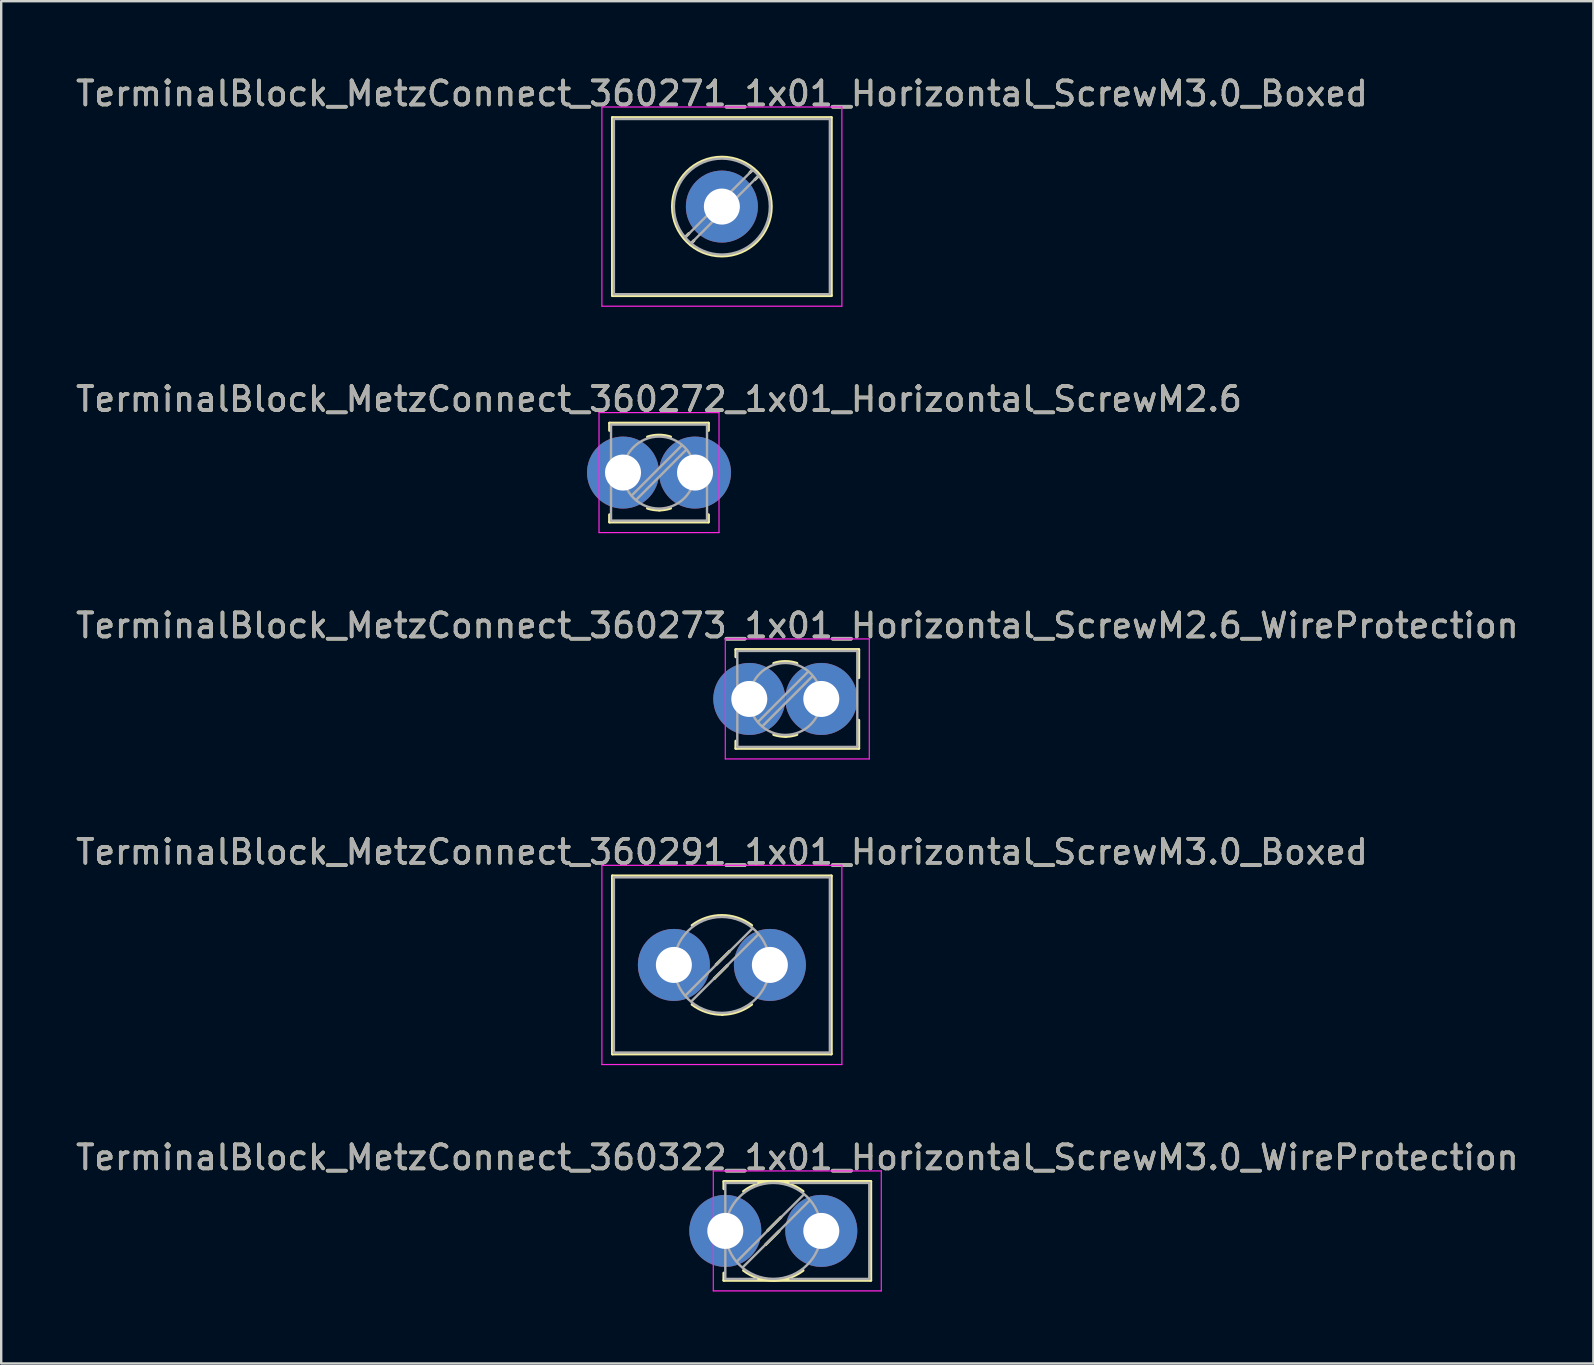
<source format=kicad_pcb>
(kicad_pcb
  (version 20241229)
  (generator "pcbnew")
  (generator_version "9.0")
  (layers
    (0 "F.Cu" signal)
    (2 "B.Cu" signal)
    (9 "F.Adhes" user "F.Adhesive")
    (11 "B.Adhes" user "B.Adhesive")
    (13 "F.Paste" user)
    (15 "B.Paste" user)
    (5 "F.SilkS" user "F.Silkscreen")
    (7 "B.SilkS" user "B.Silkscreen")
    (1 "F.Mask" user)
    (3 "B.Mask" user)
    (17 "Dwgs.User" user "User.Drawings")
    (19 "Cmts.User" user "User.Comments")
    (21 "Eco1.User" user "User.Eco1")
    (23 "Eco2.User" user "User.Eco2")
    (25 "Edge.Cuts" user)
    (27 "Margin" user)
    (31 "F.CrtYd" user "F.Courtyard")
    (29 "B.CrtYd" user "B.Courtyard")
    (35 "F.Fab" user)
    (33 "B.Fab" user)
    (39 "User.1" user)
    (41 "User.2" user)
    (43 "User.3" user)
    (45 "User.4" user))
  (footprint "TerminalBlock_MetzConnect_360272_1x01_Horizontal_ScrewM2.6"
    (layer "F.Cu")
    (at 22.911 16.642)
    (property "Reference" "TerminalBlock_MetzConnect_360272_1x01_Horizontal_ScrewM2.6" (at 1.5 -3.06 0) (layer "F.SilkS") (effects (font (size 1 1) (thickness 0.15))))
    (attr through_hole)
    (fp_line (start -0.56 -2.06) (end -0.56 -1.755) (stroke (width 0.12) (type solid)) (layer "F.SilkS"))
    (fp_line (start -0.56 -2.06) (end 3.56 -2.06) (stroke (width 0.12) (type solid)) (layer "F.SilkS"))
    (fp_line (start -0.56 1.755) (end -0.56 2.06) (stroke (width 0.12) (type solid)) (layer "F.SilkS"))
    (fp_line (start -0.56 2.06) (end 3.56 2.06) (stroke (width 0.12) (type solid)) (layer "F.SilkS"))
    (fp_line (start 3.56 -2.06) (end 3.56 -1.755) (stroke (width 0.12) (type solid)) (layer "F.SilkS"))
    (fp_line (start 3.56 1.755) (end 3.56 2.06) (stroke (width 0.12) (type solid)) (layer "F.SilkS"))
    (fp_arc (start 1.018482 -1.484481) (mid 1.500779 -1.560623) (end 1.983 -1.484) (stroke (width 0.12) (type solid)) (layer "F.SilkS"))
    (fp_arc (start 1.526458 1.560399) (mid 1.268555 1.543366) (end 1.017 1.484) (stroke (width 0.12) (type solid)) (layer "F.SilkS"))
    (fp_arc (start 1.982067 1.483648) (mid 1.744038 1.540794) (end 1.5 1.56) (stroke (width 0.12) (type solid)) (layer "F.SilkS"))
    (fp_line (start -1 -2.5) (end -1 2.5) (stroke (width 0.05) (type solid)) (layer "F.CrtYd"))
    (fp_line (start -1 2.5) (end 4 2.5) (stroke (width 0.05) (type solid)) (layer "F.CrtYd"))
    (fp_line (start 4 -2.5) (end -1 -2.5) (stroke (width 0.05) (type solid)) (layer "F.CrtYd"))
    (fp_line (start 4 2.5) (end 4 -2.5) (stroke (width 0.05) (type solid)) (layer "F.CrtYd"))
    (fp_line (start -0.5 -2) (end -0.5 2) (stroke (width 0.1) (type solid)) (layer "F.Fab"))
    (fp_line (start -0.5 -2) (end 3.5 -2) (stroke (width 0.1) (type solid)) (layer "F.Fab"))
    (fp_line (start -0.5 2) (end 3.5 2) (stroke (width 0.1) (type solid)) (layer "F.Fab"))
    (fp_line (start 2.455 -1.138) (end 0.362 0.955) (stroke (width 0.1) (type solid)) (layer "F.Fab"))
    (fp_line (start 2.638 -0.955) (end 0.545 1.138) (stroke (width 0.1) (type solid)) (layer "F.Fab"))
    (fp_line (start 3.5 -2) (end 3.5 2) (stroke (width 0.1) (type solid)) (layer "F.Fab"))
    (fp_circle (center 1.5 0) (end 3 0) (stroke (width 0.1) (type solid)) (fill no) (layer "F.Fab"))
    (fp_text user "${REFERENCE}" (at 1.5 -3.06 0) (layer "F.Fab") (effects (font (size 1 1) (thickness 0.15))))
    (pad "1" thru_hole circle (at 0 0) (size 3 3) (drill 1.5) (layers "*.Cu" "*.Mask"))
    (pad "1" thru_hole circle (at 3 0) (size 3 3) (drill 1.5) (layers "*.Cu" "*.Mask")))
  (footprint "TerminalBlock_MetzConnect_360273_1x01_Horizontal_ScrewM2.6_WireProtection"
    (layer "F.Cu")
    (at 28.173 26.075)
    (property "Reference" "TerminalBlock_MetzConnect_360273_1x01_Horizontal_ScrewM2.6_WireProtection" (at 2 -3.06 0) (layer "F.SilkS") (effects (font (size 1 1) (thickness 0.15))))
    (attr through_hole)
    (fp_line (start -0.56 -2.06) (end -0.56 -1.755) (stroke (width 0.12) (type solid)) (layer "F.SilkS"))
    (fp_line (start -0.56 -2.06) (end 4.56 -2.06) (stroke (width 0.12) (type solid)) (layer "F.SilkS"))
    (fp_line (start -0.56 1.755) (end -0.56 2.06) (stroke (width 0.12) (type solid)) (layer "F.SilkS"))
    (fp_line (start -0.56 2.06) (end 4.56 2.06) (stroke (width 0.12) (type solid)) (layer "F.SilkS"))
    (fp_line (start 4.56 -2.06) (end 4.56 -0.885) (stroke (width 0.12) (type solid)) (layer "F.SilkS"))
    (fp_line (start 4.56 0.885) (end 4.56 2.06) (stroke (width 0.12) (type solid)) (layer "F.SilkS"))
    (fp_arc (start 1.018482 -1.484481) (mid 1.500779 -1.560623) (end 1.983 -1.484) (stroke (width 0.12) (type solid)) (layer "F.SilkS"))
    (fp_arc (start 1.526458 1.560399) (mid 1.268555 1.543366) (end 1.017 1.484) (stroke (width 0.12) (type solid)) (layer "F.SilkS"))
    (fp_arc (start 1.982067 1.483648) (mid 1.744038 1.540794) (end 1.5 1.56) (stroke (width 0.12) (type solid)) (layer "F.SilkS"))
    (fp_line (start -1 -2.5) (end -1 2.5) (stroke (width 0.05) (type solid)) (layer "F.CrtYd"))
    (fp_line (start -1 2.5) (end 5 2.5) (stroke (width 0.05) (type solid)) (layer "F.CrtYd"))
    (fp_line (start 5 -2.5) (end -1 -2.5) (stroke (width 0.05) (type solid)) (layer "F.CrtYd"))
    (fp_line (start 5 2.5) (end 5 -2.5) (stroke (width 0.05) (type solid)) (layer "F.CrtYd"))
    (fp_line (start -0.5 -2) (end -0.5 2) (stroke (width 0.1) (type solid)) (layer "F.Fab"))
    (fp_line (start -0.5 -2) (end 4.5 -2) (stroke (width 0.1) (type solid)) (layer "F.Fab"))
    (fp_line (start -0.5 2) (end 4.5 2) (stroke (width 0.1) (type solid)) (layer "F.Fab"))
    (fp_line (start 2.455 -1.138) (end 0.362 0.955) (stroke (width 0.1) (type solid)) (layer "F.Fab"))
    (fp_line (start 2.638 -0.955) (end 0.545 1.138) (stroke (width 0.1) (type solid)) (layer "F.Fab"))
    (fp_line (start 4.5 -2) (end 4.5 2) (stroke (width 0.1) (type solid)) (layer "F.Fab"))
    (fp_circle (center 1.5 0) (end 3 0) (stroke (width 0.1) (type solid)) (fill no) (layer "F.Fab"))
    (fp_text user "${REFERENCE}" (at 2 -3.06 0) (layer "F.Fab") (effects (font (size 1 1) (thickness 0.15))))
    (pad "1" thru_hole circle (at 0 0) (size 3 3) (drill 1.5) (layers "*.Cu" "*.Mask"))
    (pad "1" thru_hole circle (at 3 0) (size 3 3) (drill 1.5) (layers "*.Cu" "*.Mask")))
  (footprint "TerminalBlock_MetzConnect_360291_1x01_Horizontal_ScrewM3.0_Boxed"
    (layer "F.Cu")
    (at 25.03 37.158)
    (property "Reference" "TerminalBlock_MetzConnect_360291_1x01_Horizontal_ScrewM3.0_Boxed" (at 2 -4.71 0) (layer "F.SilkS") (effects (font (size 1 1) (thickness 0.15))))
    (attr through_hole)
    (fp_line (start -2.56 -3.71) (end -2.56 3.71) (stroke (width 0.12) (type solid)) (layer "F.SilkS"))
    (fp_line (start -2.56 -3.71) (end 6.56 -3.71) (stroke (width 0.12) (type solid)) (layer "F.SilkS"))
    (fp_line (start -2.56 3.71) (end 6.56 3.71) (stroke (width 0.12) (type solid)) (layer "F.SilkS"))
    (fp_line (start 1.68 0.571) (end 1.68 0.571) (stroke (width 0.12) (type solid)) (layer "F.SilkS"))
    (fp_line (start 2.241 0.011) (end 1.708 0.543) (stroke (width 0.12) (type solid)) (layer "F.SilkS"))
    (fp_line (start 2.291 -0.543) (end 1.759 -0.011) (stroke (width 0.12) (type solid)) (layer "F.SilkS"))
    (fp_line (start 2.32 -0.572) (end 2.32 -0.572) (stroke (width 0.12) (type solid)) (layer "F.SilkS"))
    (fp_line (start 6.56 -3.71) (end 6.56 3.71) (stroke (width 0.12) (type solid)) (layer "F.SilkS"))
    (fp_arc (start 0.759554 -1.645664) (mid 1.999721 -2.060805) (end 3.24 -1.646) (stroke (width 0.12) (type solid)) (layer "F.SilkS"))
    (fp_arc (start 2.034842 2.060314) (mid 1.362171 1.959409) (end 0.759 1.645) (stroke (width 0.12) (type solid)) (layer "F.SilkS"))
    (fp_arc (start 3.239739 1.645189) (mid 2.653648 1.953547) (end 2 2.06) (stroke (width 0.12) (type solid)) (layer "F.SilkS"))
    (fp_line (start -3 -4.15) (end -3 4.15) (stroke (width 0.05) (type solid)) (layer "F.CrtYd"))
    (fp_line (start -3 4.15) (end 7 4.15) (stroke (width 0.05) (type solid)) (layer "F.CrtYd"))
    (fp_line (start 7 -4.15) (end -3 -4.15) (stroke (width 0.05) (type solid)) (layer "F.CrtYd"))
    (fp_line (start 7 4.15) (end 7 -4.15) (stroke (width 0.05) (type solid)) (layer "F.CrtYd"))
    (fp_line (start -2.5 -3.65) (end -2.5 3.65) (stroke (width 0.1) (type solid)) (layer "F.Fab"))
    (fp_line (start -2.5 -3.65) (end 6.5 -3.65) (stroke (width 0.1) (type solid)) (layer "F.Fab"))
    (fp_line (start -2.5 3.65) (end 6.5 3.65) (stroke (width 0.1) (type solid)) (layer "F.Fab"))
    (fp_line (start 3.273 -1.517) (end 0.483 1.273) (stroke (width 0.1) (type solid)) (layer "F.Fab"))
    (fp_line (start 3.517 -1.273) (end 0.727 1.517) (stroke (width 0.1) (type solid)) (layer "F.Fab"))
    (fp_line (start 6.5 -3.65) (end 6.5 3.65) (stroke (width 0.1) (type solid)) (layer "F.Fab"))
    (fp_circle (center 2 0) (end 4 0) (stroke (width 0.1) (type solid)) (fill no) (layer "F.Fab"))
    (fp_text user "${REFERENCE}" (at 2 -4.71 0) (layer "F.Fab") (effects (font (size 1 1) (thickness 0.15))))
    (pad "1" thru_hole circle (at 0 0) (size 3 3) (drill 1.5) (layers "*.Cu" "*.Mask"))
    (pad "1" thru_hole circle (at 4 0) (size 3 3) (drill 1.5) (layers "*.Cu" "*.Mask")))
  (footprint "TerminalBlock_MetzConnect_360322_1x01_Horizontal_ScrewM3.0_WireProtection"
    (layer "F.Cu")
    (at 27.173 48.241)
    (property "Reference" "TerminalBlock_MetzConnect_360322_1x01_Horizontal_ScrewM3.0_WireProtection" (at 3 -3.06 0) (layer "F.SilkS") (effects (font (size 1 1) (thickness 0.15))))
    (attr through_hole)
    (fp_line (start -0.06 -2.06) (end -0.06 -1.755) (stroke (width 0.12) (type solid)) (layer "F.SilkS"))
    (fp_line (start -0.06 -2.06) (end 6.061 -2.06) (stroke (width 0.12) (type solid)) (layer "F.SilkS"))
    (fp_line (start -0.06 1.755) (end -0.06 2.06) (stroke (width 0.12) (type solid)) (layer "F.SilkS"))
    (fp_line (start -0.06 2.06) (end 6.061 2.06) (stroke (width 0.12) (type solid)) (layer "F.SilkS"))
    (fp_line (start 1.68 0.571) (end 1.68 0.571) (stroke (width 0.12) (type solid)) (layer "F.SilkS"))
    (fp_line (start 2.241 0.011) (end 1.708 0.543) (stroke (width 0.12) (type solid)) (layer "F.SilkS"))
    (fp_line (start 2.291 -0.543) (end 1.759 -0.011) (stroke (width 0.12) (type solid)) (layer "F.SilkS"))
    (fp_line (start 2.32 -0.572) (end 2.32 -0.572) (stroke (width 0.12) (type solid)) (layer "F.SilkS"))
    (fp_line (start 6.061 -2.06) (end 6.061 2.06) (stroke (width 0.12) (type solid)) (layer "F.SilkS"))
    (fp_arc (start 0.759554 -1.645664) (mid 1.999721 -2.060805) (end 3.24 -1.646) (stroke (width 0.12) (type solid)) (layer "F.SilkS"))
    (fp_arc (start 2.034842 2.060314) (mid 1.362171 1.959409) (end 0.759 1.645) (stroke (width 0.12) (type solid)) (layer "F.SilkS"))
    (fp_arc (start 3.239739 1.645189) (mid 2.653648 1.953547) (end 2 2.06) (stroke (width 0.12) (type solid)) (layer "F.SilkS"))
    (fp_line (start -0.5 -2.5) (end -0.5 2.5) (stroke (width 0.05) (type solid)) (layer "F.CrtYd"))
    (fp_line (start -0.5 2.5) (end 6.5 2.5) (stroke (width 0.05) (type solid)) (layer "F.CrtYd"))
    (fp_line (start 6.5 -2.5) (end -0.5 -2.5) (stroke (width 0.05) (type solid)) (layer "F.CrtYd"))
    (fp_line (start 6.5 2.5) (end 6.5 -2.5) (stroke (width 0.05) (type solid)) (layer "F.CrtYd"))
    (fp_line (start 0 -2) (end 0 -0.265) (stroke (width 0.1) (type solid)) (layer "F.Fab"))
    (fp_line (start 0 -2) (end 1.289 -2) (stroke (width 0.1) (type solid)) (layer "F.Fab"))
    (fp_line (start 0 0.265) (end 0 2) (stroke (width 0.1) (type solid)) (layer "F.Fab"))
    (fp_line (start 0 2) (end 1.289 2) (stroke (width 0.1) (type solid)) (layer "F.Fab"))
    (fp_line (start 2.711 -2) (end 6 -2) (stroke (width 0.1) (type solid)) (layer "F.Fab"))
    (fp_line (start 2.711 2) (end 6 2) (stroke (width 0.1) (type solid)) (layer "F.Fab"))
    (fp_line (start 3.273 -1.517) (end 0.483 1.273) (stroke (width 0.1) (type solid)) (layer "F.Fab"))
    (fp_line (start 3.517 -1.273) (end 0.727 1.517) (stroke (width 0.1) (type solid)) (layer "F.Fab"))
    (fp_line (start 6 -2) (end 6 2) (stroke (width 0.1) (type solid)) (layer "F.Fab"))
    (fp_circle (center 2 0) (end 4 0) (stroke (width 0.1) (type solid)) (fill no) (layer "F.Fab"))
    (fp_text user "${REFERENCE}" (at 3 -3.06 0) (layer "F.Fab") (effects (font (size 1 1) (thickness 0.15))))
    (pad "1" thru_hole circle (at 0 0) (size 3 3) (drill 1.5) (layers "*.Cu" "*.Mask"))
    (pad "1" thru_hole circle (at 4 0) (size 3 3) (drill 1.5) (layers "*.Cu" "*.Mask")))
  (footprint "TerminalBlock_MetzConnect_360271_1x01_Horizontal_ScrewM3.0_Boxed"
    (layer "F.Cu")
    (at 27.03 5.558)
    (property "Reference" "TerminalBlock_MetzConnect_360271_1x01_Horizontal_ScrewM3.0_Boxed" (at 0 -4.71 0) (layer "F.SilkS") (effects (font (size 1 1) (thickness 0.15))))
    (attr through_hole)
    (fp_line (start -4.56 -3.71) (end -4.56 3.71) (stroke (width 0.12) (type solid)) (layer "F.SilkS"))
    (fp_line (start -4.56 -3.71) (end 4.56 -3.71) (stroke (width 0.12) (type solid)) (layer "F.SilkS"))
    (fp_line (start -4.56 3.71) (end 4.56 3.71) (stroke (width 0.12) (type solid)) (layer "F.SilkS"))
    (fp_line (start -1.376 1.124) (end -1.563 1.311) (stroke (width 0.12) (type solid)) (layer "F.SilkS"))
    (fp_line (start -1.168 1.419) (end -1.312 1.563) (stroke (width 0.12) (type solid)) (layer "F.SilkS"))
    (fp_line (start 1.312 -1.563) (end 1.168 -1.419) (stroke (width 0.12) (type solid)) (layer "F.SilkS"))
    (fp_line (start 1.563 -1.311) (end 1.376 -1.125) (stroke (width 0.12) (type solid)) (layer "F.SilkS"))
    (fp_line (start 4.56 -3.71) (end 4.56 3.71) (stroke (width 0.12) (type solid)) (layer "F.SilkS"))
    (fp_circle (center 0 0) (end 2.06 0) (stroke (width 0.12) (type solid)) (fill no) (layer "F.SilkS"))
    (fp_line (start -5 -4.15) (end -5 4.15) (stroke (width 0.05) (type solid)) (layer "F.CrtYd"))
    (fp_line (start -5 4.15) (end 5 4.15) (stroke (width 0.05) (type solid)) (layer "F.CrtYd"))
    (fp_line (start 5 -4.15) (end -5 -4.15) (stroke (width 0.05) (type solid)) (layer "F.CrtYd"))
    (fp_line (start 5 4.15) (end 5 -4.15) (stroke (width 0.05) (type solid)) (layer "F.CrtYd"))
    (fp_line (start -4.5 -3.65) (end -4.5 3.65) (stroke (width 0.1) (type solid)) (layer "F.Fab"))
    (fp_line (start -4.5 -3.65) (end 4.5 -3.65) (stroke (width 0.1) (type solid)) (layer "F.Fab"))
    (fp_line (start -4.5 3.65) (end 4.5 3.65) (stroke (width 0.1) (type solid)) (layer "F.Fab"))
    (fp_line (start 1.273 -1.517) (end -1.517 1.273) (stroke (width 0.1) (type solid)) (layer "F.Fab"))
    (fp_line (start 1.517 -1.273) (end -1.273 1.517) (stroke (width 0.1) (type solid)) (layer "F.Fab"))
    (fp_line (start 4.5 -3.65) (end 4.5 3.65) (stroke (width 0.1) (type solid)) (layer "F.Fab"))
    (fp_circle (center 0 0) (end 2 0) (stroke (width 0.1) (type solid)) (fill no) (layer "F.Fab"))
    (fp_text user "${REFERENCE}" (at 0 -4.71 0) (layer "F.Fab") (effects (font (size 1 1) (thickness 0.15))))
    (pad "1" thru_hole circle (at 0 0) (size 3 3) (drill 1.5) (layers "*.Cu" "*.Mask")))
  (gr_rect
    (start -3 -3)
    (end 63.345 53.766)
    (stroke (width 0.1) (type default))
    (fill no)
    (layer "Edge.Cuts")))
</source>
